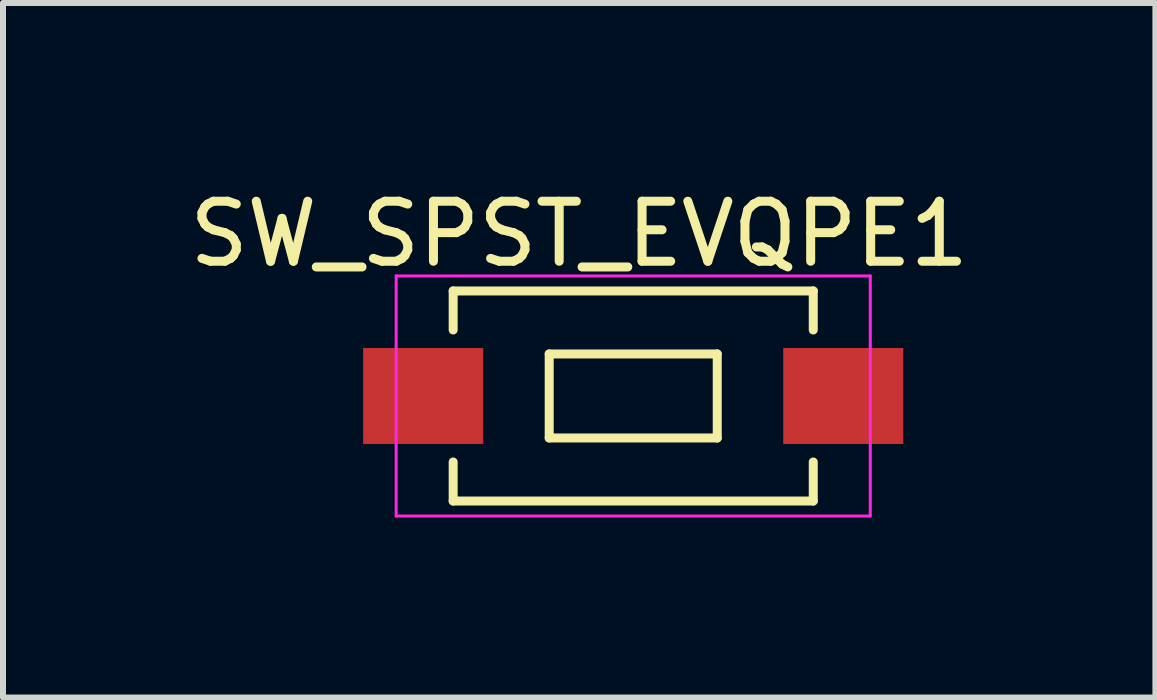
<source format=kicad_pcb>
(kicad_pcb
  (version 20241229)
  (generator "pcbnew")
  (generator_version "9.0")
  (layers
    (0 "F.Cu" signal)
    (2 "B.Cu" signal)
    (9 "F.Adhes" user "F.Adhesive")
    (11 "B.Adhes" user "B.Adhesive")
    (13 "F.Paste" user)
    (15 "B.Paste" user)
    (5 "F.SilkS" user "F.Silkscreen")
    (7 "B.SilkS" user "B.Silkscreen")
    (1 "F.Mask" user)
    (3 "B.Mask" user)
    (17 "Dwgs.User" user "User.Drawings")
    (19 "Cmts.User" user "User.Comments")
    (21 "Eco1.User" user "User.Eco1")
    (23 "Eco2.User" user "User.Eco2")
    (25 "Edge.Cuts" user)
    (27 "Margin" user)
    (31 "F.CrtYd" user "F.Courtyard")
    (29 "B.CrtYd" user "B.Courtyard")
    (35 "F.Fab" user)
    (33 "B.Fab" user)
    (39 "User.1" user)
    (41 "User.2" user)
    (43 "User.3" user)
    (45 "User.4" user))
  (footprint "SW_SPST_EVQPE1"
    (layer "F.Cu")
    (at 7.501 3.548)
    (property "Reference" "SW_SPST_EVQPE1" (at -0.9 -2.7 0) (layer "F.SilkS") (effects (font (size 1 1) (thickness 0.15))))
    (attr smd)
    (fp_line (start -3 -1.75) (end -3 -1.1) (stroke (width 0.15) (type solid)) (layer "F.SilkS"))
    (fp_line (start -3 1.1) (end -3 1.75) (stroke (width 0.15) (type solid)) (layer "F.SilkS"))
    (fp_line (start -3 1.75) (end 3 1.75) (stroke (width 0.15) (type solid)) (layer "F.SilkS"))
    (fp_line (start -1.4 -0.7) (end 1.4 -0.7) (stroke (width 0.15) (type solid)) (layer "F.SilkS"))
    (fp_line (start -1.4 0.7) (end -1.4 -0.7) (stroke (width 0.15) (type solid)) (layer "F.SilkS"))
    (fp_line (start 1.4 -0.7) (end 1.4 0.7) (stroke (width 0.15) (type solid)) (layer "F.SilkS"))
    (fp_line (start 1.4 0.7) (end -1.4 0.7) (stroke (width 0.15) (type solid)) (layer "F.SilkS"))
    (fp_line (start 3 -1.75) (end -3 -1.75) (stroke (width 0.15) (type solid)) (layer "F.SilkS"))
    (fp_line (start 3 -1.75) (end 3 -1.1) (stroke (width 0.15) (type solid)) (layer "F.SilkS"))
    (fp_line (start 3 1.75) (end 3 1.1) (stroke (width 0.15) (type solid)) (layer "F.SilkS"))
    (fp_line (start -3.95 -2) (end 3.95 -2) (stroke (width 0.05) (type solid)) (layer "F.CrtYd"))
    (fp_line (start -3.95 2) (end -3.95 -2) (stroke (width 0.05) (type solid)) (layer "F.CrtYd"))
    (fp_line (start 3.95 -2) (end 3.95 2) (stroke (width 0.05) (type solid)) (layer "F.CrtYd"))
    (fp_line (start 3.95 2) (end -3.95 2) (stroke (width 0.05) (type solid)) (layer "F.CrtYd"))
    (pad "1" smd rect (at -3.5 0) (size 2 1.6) (layers "F.Cu" "F.Mask" "F.Paste"))
    (pad "2" smd rect (at 3.5 0) (size 2 1.6) (layers "F.Cu" "F.Mask" "F.Paste")))
  (gr_rect
    (start -3 -3)
    (end 16.202 8.573)
    (stroke (width 0.1) (type default))
    (fill no)
    (layer "Edge.Cuts")))
</source>
